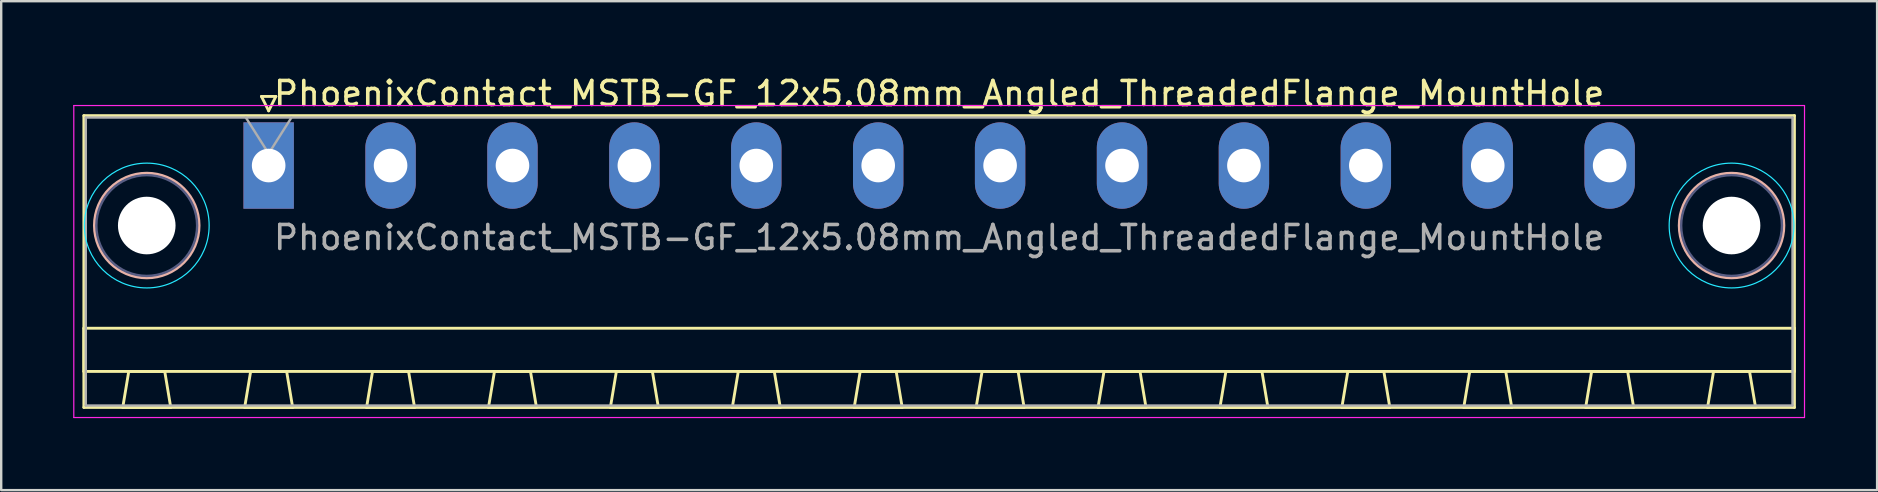
<source format=kicad_pcb>
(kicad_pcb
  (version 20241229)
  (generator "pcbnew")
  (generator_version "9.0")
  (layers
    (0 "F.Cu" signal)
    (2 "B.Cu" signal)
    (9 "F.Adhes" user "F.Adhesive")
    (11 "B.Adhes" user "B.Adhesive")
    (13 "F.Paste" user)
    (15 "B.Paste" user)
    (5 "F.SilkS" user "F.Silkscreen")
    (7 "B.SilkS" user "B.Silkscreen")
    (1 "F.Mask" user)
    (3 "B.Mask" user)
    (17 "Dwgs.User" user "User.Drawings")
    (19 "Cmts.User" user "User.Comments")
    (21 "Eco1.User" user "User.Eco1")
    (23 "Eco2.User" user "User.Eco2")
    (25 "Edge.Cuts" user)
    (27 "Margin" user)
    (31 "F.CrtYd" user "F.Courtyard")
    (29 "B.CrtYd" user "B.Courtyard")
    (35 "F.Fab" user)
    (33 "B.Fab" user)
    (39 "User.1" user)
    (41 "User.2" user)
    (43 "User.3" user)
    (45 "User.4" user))
  (footprint "PhoenixContact_MSTB-GF_12x5.08mm_Angled_ThreadedFlange_MountHole"
    (layer "F.Cu")
    (at 8.145 3.848)
    (property "Reference" "PhoenixContact_MSTB-GF_12x5.08mm_Angled_ThreadedFlange_MountHole" (at 27.94 -3 0) (layer "F.SilkS") (effects (font (size 1 1) (thickness 0.15))))
    (attr through_hole)
    (fp_line (start -7.7 -2.08) (end -7.7 10.08) (stroke (width 0.12) (type solid)) (layer "F.SilkS"))
    (fp_line (start -7.7 6.78) (end 63.58 6.78) (stroke (width 0.12) (type solid)) (layer "F.SilkS"))
    (fp_line (start -7.7 8.58) (end -7.7 6.78) (stroke (width 0.12) (type solid)) (layer "F.SilkS"))
    (fp_line (start -7.7 10.08) (end 63.58 10.08) (stroke (width 0.12) (type solid)) (layer "F.SilkS"))
    (fp_line (start -6.08 10.08) (end -4.08 10.08) (stroke (width 0.12) (type solid)) (layer "F.SilkS"))
    (fp_line (start -5.83 8.58) (end -6.08 10.08) (stroke (width 0.12) (type solid)) (layer "F.SilkS"))
    (fp_line (start -4.33 8.58) (end -5.83 8.58) (stroke (width 0.12) (type solid)) (layer "F.SilkS"))
    (fp_line (start -4.08 10.08) (end -4.33 8.58) (stroke (width 0.12) (type solid)) (layer "F.SilkS"))
    (fp_line (start -1 10.08) (end 1 10.08) (stroke (width 0.12) (type solid)) (layer "F.SilkS"))
    (fp_line (start -0.75 8.58) (end -1 10.08) (stroke (width 0.12) (type solid)) (layer "F.SilkS"))
    (fp_line (start -0.3 -2.88) (end 0.3 -2.88) (stroke (width 0.12) (type solid)) (layer "F.SilkS"))
    (fp_line (start 0 -2.28) (end -0.3 -2.88) (stroke (width 0.12) (type solid)) (layer "F.SilkS"))
    (fp_line (start 0.3 -2.88) (end 0 -2.28) (stroke (width 0.12) (type solid)) (layer "F.SilkS"))
    (fp_line (start 0.75 8.58) (end -0.75 8.58) (stroke (width 0.12) (type solid)) (layer "F.SilkS"))
    (fp_line (start 1 10.08) (end 0.75 8.58) (stroke (width 0.12) (type solid)) (layer "F.SilkS"))
    (fp_line (start 4.08 10.08) (end 6.08 10.08) (stroke (width 0.12) (type solid)) (layer "F.SilkS"))
    (fp_line (start 4.33 8.58) (end 4.08 10.08) (stroke (width 0.12) (type solid)) (layer "F.SilkS"))
    (fp_line (start 5.83 8.58) (end 4.33 8.58) (stroke (width 0.12) (type solid)) (layer "F.SilkS"))
    (fp_line (start 6.08 10.08) (end 5.83 8.58) (stroke (width 0.12) (type solid)) (layer "F.SilkS"))
    (fp_line (start 9.16 10.08) (end 11.16 10.08) (stroke (width 0.12) (type solid)) (layer "F.SilkS"))
    (fp_line (start 9.41 8.58) (end 9.16 10.08) (stroke (width 0.12) (type solid)) (layer "F.SilkS"))
    (fp_line (start 10.91 8.58) (end 9.41 8.58) (stroke (width 0.12) (type solid)) (layer "F.SilkS"))
    (fp_line (start 11.16 10.08) (end 10.91 8.58) (stroke (width 0.12) (type solid)) (layer "F.SilkS"))
    (fp_line (start 14.24 10.08) (end 16.24 10.08) (stroke (width 0.12) (type solid)) (layer "F.SilkS"))
    (fp_line (start 14.49 8.58) (end 14.24 10.08) (stroke (width 0.12) (type solid)) (layer "F.SilkS"))
    (fp_line (start 15.99 8.58) (end 14.49 8.58) (stroke (width 0.12) (type solid)) (layer "F.SilkS"))
    (fp_line (start 16.24 10.08) (end 15.99 8.58) (stroke (width 0.12) (type solid)) (layer "F.SilkS"))
    (fp_line (start 19.32 10.08) (end 21.32 10.08) (stroke (width 0.12) (type solid)) (layer "F.SilkS"))
    (fp_line (start 19.57 8.58) (end 19.32 10.08) (stroke (width 0.12) (type solid)) (layer "F.SilkS"))
    (fp_line (start 21.07 8.58) (end 19.57 8.58) (stroke (width 0.12) (type solid)) (layer "F.SilkS"))
    (fp_line (start 21.32 10.08) (end 21.07 8.58) (stroke (width 0.12) (type solid)) (layer "F.SilkS"))
    (fp_line (start 24.4 10.08) (end 26.4 10.08) (stroke (width 0.12) (type solid)) (layer "F.SilkS"))
    (fp_line (start 24.65 8.58) (end 24.4 10.08) (stroke (width 0.12) (type solid)) (layer "F.SilkS"))
    (fp_line (start 26.15 8.58) (end 24.65 8.58) (stroke (width 0.12) (type solid)) (layer "F.SilkS"))
    (fp_line (start 26.4 10.08) (end 26.15 8.58) (stroke (width 0.12) (type solid)) (layer "F.SilkS"))
    (fp_line (start 29.48 10.08) (end 31.48 10.08) (stroke (width 0.12) (type solid)) (layer "F.SilkS"))
    (fp_line (start 29.73 8.58) (end 29.48 10.08) (stroke (width 0.12) (type solid)) (layer "F.SilkS"))
    (fp_line (start 31.23 8.58) (end 29.73 8.58) (stroke (width 0.12) (type solid)) (layer "F.SilkS"))
    (fp_line (start 31.48 10.08) (end 31.23 8.58) (stroke (width 0.12) (type solid)) (layer "F.SilkS"))
    (fp_line (start 34.56 10.08) (end 36.56 10.08) (stroke (width 0.12) (type solid)) (layer "F.SilkS"))
    (fp_line (start 34.81 8.58) (end 34.56 10.08) (stroke (width 0.12) (type solid)) (layer "F.SilkS"))
    (fp_line (start 36.31 8.58) (end 34.81 8.58) (stroke (width 0.12) (type solid)) (layer "F.SilkS"))
    (fp_line (start 36.56 10.08) (end 36.31 8.58) (stroke (width 0.12) (type solid)) (layer "F.SilkS"))
    (fp_line (start 39.64 10.08) (end 41.64 10.08) (stroke (width 0.12) (type solid)) (layer "F.SilkS"))
    (fp_line (start 39.89 8.58) (end 39.64 10.08) (stroke (width 0.12) (type solid)) (layer "F.SilkS"))
    (fp_line (start 41.39 8.58) (end 39.89 8.58) (stroke (width 0.12) (type solid)) (layer "F.SilkS"))
    (fp_line (start 41.64 10.08) (end 41.39 8.58) (stroke (width 0.12) (type solid)) (layer "F.SilkS"))
    (fp_line (start 44.72 10.08) (end 46.72 10.08) (stroke (width 0.12) (type solid)) (layer "F.SilkS"))
    (fp_line (start 44.97 8.58) (end 44.72 10.08) (stroke (width 0.12) (type solid)) (layer "F.SilkS"))
    (fp_line (start 46.47 8.58) (end 44.97 8.58) (stroke (width 0.12) (type solid)) (layer "F.SilkS"))
    (fp_line (start 46.72 10.08) (end 46.47 8.58) (stroke (width 0.12) (type solid)) (layer "F.SilkS"))
    (fp_line (start 49.8 10.08) (end 51.8 10.08) (stroke (width 0.12) (type solid)) (layer "F.SilkS"))
    (fp_line (start 50.05 8.58) (end 49.8 10.08) (stroke (width 0.12) (type solid)) (layer "F.SilkS"))
    (fp_line (start 51.55 8.58) (end 50.05 8.58) (stroke (width 0.12) (type solid)) (layer "F.SilkS"))
    (fp_line (start 51.8 10.08) (end 51.55 8.58) (stroke (width 0.12) (type solid)) (layer "F.SilkS"))
    (fp_line (start 54.88 10.08) (end 56.88 10.08) (stroke (width 0.12) (type solid)) (layer "F.SilkS"))
    (fp_line (start 55.13 8.58) (end 54.88 10.08) (stroke (width 0.12) (type solid)) (layer "F.SilkS"))
    (fp_line (start 56.63 8.58) (end 55.13 8.58) (stroke (width 0.12) (type solid)) (layer "F.SilkS"))
    (fp_line (start 56.88 10.08) (end 56.63 8.58) (stroke (width 0.12) (type solid)) (layer "F.SilkS"))
    (fp_line (start 59.96 10.08) (end 61.96 10.08) (stroke (width 0.12) (type solid)) (layer "F.SilkS"))
    (fp_line (start 60.21 8.58) (end 59.96 10.08) (stroke (width 0.12) (type solid)) (layer "F.SilkS"))
    (fp_line (start 61.71 8.58) (end 60.21 8.58) (stroke (width 0.12) (type solid)) (layer "F.SilkS"))
    (fp_line (start 61.96 10.08) (end 61.71 8.58) (stroke (width 0.12) (type solid)) (layer "F.SilkS"))
    (fp_line (start 63.58 -2.08) (end -7.7 -2.08) (stroke (width 0.12) (type solid)) (layer "F.SilkS"))
    (fp_line (start 63.58 6.78) (end 63.58 8.58) (stroke (width 0.12) (type solid)) (layer "F.SilkS"))
    (fp_line (start 63.58 8.58) (end -7.7 8.58) (stroke (width 0.12) (type solid)) (layer "F.SilkS"))
    (fp_line (start 63.58 10.08) (end 63.58 -2.08) (stroke (width 0.12) (type solid)) (layer "F.SilkS"))
    (fp_circle (center -5.08 2.5) (end -2.9 2.5) (stroke (width 0.12) (type solid)) (fill no) (layer "B.SilkS"))
    (fp_circle (center 60.96 2.5) (end 63.14 2.5) (stroke (width 0.12) (type solid)) (fill no) (layer "B.SilkS"))
    (fp_circle (center -5.08 2.5) (end -2.48 2.5) (stroke (width 0.05) (type solid)) (fill no) (layer "B.CrtYd"))
    (fp_circle (center 60.96 2.5) (end 63.56 2.5) (stroke (width 0.05) (type solid)) (fill no) (layer "B.CrtYd"))
    (fp_line (start -8.12 -2.5) (end -8.12 10.5) (stroke (width 0.05) (type solid)) (layer "F.CrtYd"))
    (fp_line (start -8.12 10.5) (end 64 10.5) (stroke (width 0.05) (type solid)) (layer "F.CrtYd"))
    (fp_line (start 64 -2.5) (end -8.12 -2.5) (stroke (width 0.05) (type solid)) (layer "F.CrtYd"))
    (fp_line (start 64 10.5) (end 64 -2.5) (stroke (width 0.05) (type solid)) (layer "F.CrtYd"))
    (fp_circle (center -5.08 2.5) (end -2.98 2.5) (stroke (width 0.1) (type solid)) (fill no) (layer "B.Fab"))
    (fp_circle (center 60.96 2.5) (end 63.06 2.5) (stroke (width 0.1) (type solid)) (fill no) (layer "B.Fab"))
    (fp_line (start -7.62 -2) (end -7.62 10) (stroke (width 0.1) (type solid)) (layer "F.Fab"))
    (fp_line (start -7.62 10) (end 63.5 10) (stroke (width 0.1) (type solid)) (layer "F.Fab"))
    (fp_line (start 0 -0.5) (end -0.95 -2) (stroke (width 0.1) (type solid)) (layer "F.Fab"))
    (fp_line (start 0.95 -2) (end 0 -0.5) (stroke (width 0.1) (type solid)) (layer "F.Fab"))
    (fp_line (start 63.5 -2) (end -7.62 -2) (stroke (width 0.1) (type solid)) (layer "F.Fab"))
    (fp_line (start 63.5 10) (end 63.5 -2) (stroke (width 0.1) (type solid)) (layer "F.Fab"))
    (fp_text user "${REFERENCE}" (at 27.94 3 0) (layer "F.Fab") (effects (font (size 1 1) (thickness 0.15))))
    (pad "" np_thru_hole circle (at -5.08 2.5) (size 2.4 2.4) (drill 2.4) (layers "*.Cu" "*.Mask"))
    (pad "" np_thru_hole circle (at 60.96 2.5) (size 2.4 2.4) (drill 2.4) (layers "*.Cu" "*.Mask"))
    (pad "1" thru_hole rect (at 0 0) (size 2.1 3.6) (drill 1.4) (layers "*.Cu" "*.Mask"))
    (pad "2" thru_hole oval (at 5.08 0) (size 2.1 3.6) (drill 1.4) (layers "*.Cu" "*.Mask"))
    (pad "3" thru_hole oval (at 10.16 0) (size 2.1 3.6) (drill 1.4) (layers "*.Cu" "*.Mask"))
    (pad "4" thru_hole oval (at 15.24 0) (size 2.1 3.6) (drill 1.4) (layers "*.Cu" "*.Mask"))
    (pad "5" thru_hole oval (at 20.32 0) (size 2.1 3.6) (drill 1.4) (layers "*.Cu" "*.Mask"))
    (pad "6" thru_hole oval (at 25.4 0) (size 2.1 3.6) (drill 1.4) (layers "*.Cu" "*.Mask"))
    (pad "7" thru_hole oval (at 30.48 0) (size 2.1 3.6) (drill 1.4) (layers "*.Cu" "*.Mask"))
    (pad "8" thru_hole oval (at 35.56 0) (size 2.1 3.6) (drill 1.4) (layers "*.Cu" "*.Mask"))
    (pad "9" thru_hole oval (at 40.64 0) (size 2.1 3.6) (drill 1.4) (layers "*.Cu" "*.Mask"))
    (pad "10" thru_hole oval (at 45.72 0) (size 2.1 3.6) (drill 1.4) (layers "*.Cu" "*.Mask"))
    (pad "11" thru_hole oval (at 50.8 0) (size 2.1 3.6) (drill 1.4) (layers "*.Cu" "*.Mask"))
    (pad "12" thru_hole oval (at 55.88 0) (size 2.1 3.6) (drill 1.4) (layers "*.Cu" "*.Mask")))
  (gr_rect
    (start -3 -3)
    (end 75.17 17.373)
    (stroke (width 0.1) (type default))
    (fill no)
    (layer "Edge.Cuts")))
</source>
